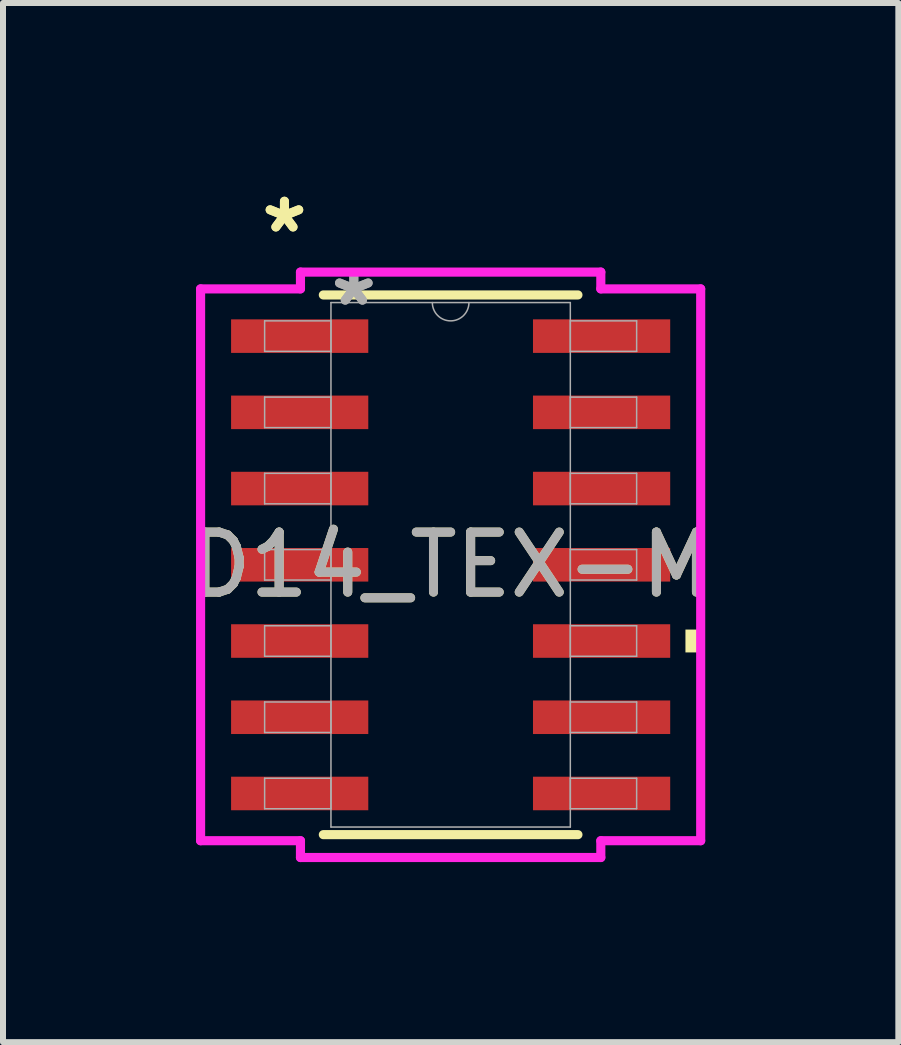
<source format=kicad_pcb>
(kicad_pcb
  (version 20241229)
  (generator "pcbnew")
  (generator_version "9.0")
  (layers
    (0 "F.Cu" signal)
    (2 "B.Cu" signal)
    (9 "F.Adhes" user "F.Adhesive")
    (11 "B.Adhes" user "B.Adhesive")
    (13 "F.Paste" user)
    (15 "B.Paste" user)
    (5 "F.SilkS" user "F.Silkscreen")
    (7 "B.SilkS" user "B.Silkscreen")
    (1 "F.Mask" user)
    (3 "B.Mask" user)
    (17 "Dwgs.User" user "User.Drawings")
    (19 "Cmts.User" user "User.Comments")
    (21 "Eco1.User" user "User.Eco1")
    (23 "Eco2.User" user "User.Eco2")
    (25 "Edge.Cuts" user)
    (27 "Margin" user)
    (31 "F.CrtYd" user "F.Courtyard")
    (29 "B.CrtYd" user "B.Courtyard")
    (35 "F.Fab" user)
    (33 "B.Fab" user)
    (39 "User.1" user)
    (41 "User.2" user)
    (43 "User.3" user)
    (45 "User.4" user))
  (footprint "D14_TEX-M"
    (layer "F.Cu")
    (at 4.458 6.36)
    (property "Reference" "D14_TEX-M" (at 0 0 0) (unlocked yes) (layer "F.SilkS") (effects (font (size 1 1) (thickness 0.15))))
    (attr smd)
    (fp_line (start -2.121 4.496) (end 2.121 4.496) (stroke (width 0.152) (type solid)) (layer "F.SilkS"))
    (fp_line (start 2.121 -4.496) (end -2.121 -4.496) (stroke (width 0.152) (type solid)) (layer "F.SilkS"))
    (fp_poly (pts (xy 4.166 1.079) (xy 4.166 1.46) (xy 3.912 1.46) (xy 3.912 1.079)) (stroke (width 0) (type solid)) (fill yes) (layer "F.SilkS"))
    (fp_line (start -4.166 -4.597) (end -2.502 -4.597) (stroke (width 0.152) (type solid)) (layer "F.CrtYd"))
    (fp_line (start -4.166 4.597) (end -4.166 -4.597) (stroke (width 0.152) (type solid)) (layer "F.CrtYd"))
    (fp_line (start -4.166 4.597) (end -2.502 4.597) (stroke (width 0.152) (type solid)) (layer "F.CrtYd"))
    (fp_line (start -2.502 -4.877) (end 2.502 -4.877) (stroke (width 0.152) (type solid)) (layer "F.CrtYd"))
    (fp_line (start -2.502 -4.597) (end -2.502 -4.877) (stroke (width 0.152) (type solid)) (layer "F.CrtYd"))
    (fp_line (start -2.502 4.877) (end -2.502 4.597) (stroke (width 0.152) (type solid)) (layer "F.CrtYd"))
    (fp_line (start 2.502 -4.877) (end 2.502 -4.597) (stroke (width 0.152) (type solid)) (layer "F.CrtYd"))
    (fp_line (start 2.502 4.597) (end 2.502 4.877) (stroke (width 0.152) (type solid)) (layer "F.CrtYd"))
    (fp_line (start 2.502 4.877) (end -2.502 4.877) (stroke (width 0.152) (type solid)) (layer "F.CrtYd"))
    (fp_line (start 4.166 -4.597) (end 2.502 -4.597) (stroke (width 0.152) (type solid)) (layer "F.CrtYd"))
    (fp_line (start 4.166 -4.597) (end 4.166 4.597) (stroke (width 0.152) (type solid)) (layer "F.CrtYd"))
    (fp_line (start 4.166 4.597) (end 2.502 4.597) (stroke (width 0.152) (type solid)) (layer "F.CrtYd"))
    (fp_line (start -3.099 -4.064) (end -3.099 -3.556) (stroke (width 0.025) (type solid)) (layer "F.Fab"))
    (fp_line (start -3.099 -3.556) (end -1.994 -3.556) (stroke (width 0.025) (type solid)) (layer "F.Fab"))
    (fp_line (start -3.099 -2.794) (end -3.099 -2.286) (stroke (width 0.025) (type solid)) (layer "F.Fab"))
    (fp_line (start -3.099 -2.286) (end -1.994 -2.286) (stroke (width 0.025) (type solid)) (layer "F.Fab"))
    (fp_line (start -3.099 -1.524) (end -3.099 -1.016) (stroke (width 0.025) (type solid)) (layer "F.Fab"))
    (fp_line (start -3.099 -1.016) (end -1.994 -1.016) (stroke (width 0.025) (type solid)) (layer "F.Fab"))
    (fp_line (start -3.099 -0.254) (end -3.099 0.254) (stroke (width 0.025) (type solid)) (layer "F.Fab"))
    (fp_line (start -3.099 0.254) (end -1.994 0.254) (stroke (width 0.025) (type solid)) (layer "F.Fab"))
    (fp_line (start -3.099 1.016) (end -3.099 1.524) (stroke (width 0.025) (type solid)) (layer "F.Fab"))
    (fp_line (start -3.099 1.524) (end -1.994 1.524) (stroke (width 0.025) (type solid)) (layer "F.Fab"))
    (fp_line (start -3.099 2.286) (end -3.099 2.794) (stroke (width 0.025) (type solid)) (layer "F.Fab"))
    (fp_line (start -3.099 2.794) (end -1.994 2.794) (stroke (width 0.025) (type solid)) (layer "F.Fab"))
    (fp_line (start -3.099 3.556) (end -3.099 4.064) (stroke (width 0.025) (type solid)) (layer "F.Fab"))
    (fp_line (start -3.099 4.064) (end -1.994 4.064) (stroke (width 0.025) (type solid)) (layer "F.Fab"))
    (fp_line (start -1.994 -4.369) (end -1.994 4.369) (stroke (width 0.025) (type solid)) (layer "F.Fab"))
    (fp_line (start -1.994 -4.064) (end -3.099 -4.064) (stroke (width 0.025) (type solid)) (layer "F.Fab"))
    (fp_line (start -1.994 -3.556) (end -1.994 -4.064) (stroke (width 0.025) (type solid)) (layer "F.Fab"))
    (fp_line (start -1.994 -2.794) (end -3.099 -2.794) (stroke (width 0.025) (type solid)) (layer "F.Fab"))
    (fp_line (start -1.994 -2.286) (end -1.994 -2.794) (stroke (width 0.025) (type solid)) (layer "F.Fab"))
    (fp_line (start -1.994 -1.524) (end -3.099 -1.524) (stroke (width 0.025) (type solid)) (layer "F.Fab"))
    (fp_line (start -1.994 -1.016) (end -1.994 -1.524) (stroke (width 0.025) (type solid)) (layer "F.Fab"))
    (fp_line (start -1.994 -0.254) (end -3.099 -0.254) (stroke (width 0.025) (type solid)) (layer "F.Fab"))
    (fp_line (start -1.994 0.254) (end -1.994 -0.254) (stroke (width 0.025) (type solid)) (layer "F.Fab"))
    (fp_line (start -1.994 1.016) (end -3.099 1.016) (stroke (width 0.025) (type solid)) (layer "F.Fab"))
    (fp_line (start -1.994 1.524) (end -1.994 1.016) (stroke (width 0.025) (type solid)) (layer "F.Fab"))
    (fp_line (start -1.994 2.286) (end -3.099 2.286) (stroke (width 0.025) (type solid)) (layer "F.Fab"))
    (fp_line (start -1.994 2.794) (end -1.994 2.286) (stroke (width 0.025) (type solid)) (layer "F.Fab"))
    (fp_line (start -1.994 3.556) (end -3.099 3.556) (stroke (width 0.025) (type solid)) (layer "F.Fab"))
    (fp_line (start -1.994 4.064) (end -1.994 3.556) (stroke (width 0.025) (type solid)) (layer "F.Fab"))
    (fp_line (start -1.994 4.369) (end 1.994 4.369) (stroke (width 0.025) (type solid)) (layer "F.Fab"))
    (fp_line (start 1.994 -4.369) (end -1.994 -4.369) (stroke (width 0.025) (type solid)) (layer "F.Fab"))
    (fp_line (start 1.994 -4.064) (end 1.994 -3.556) (stroke (width 0.025) (type solid)) (layer "F.Fab"))
    (fp_line (start 1.994 -3.556) (end 3.099 -3.556) (stroke (width 0.025) (type solid)) (layer "F.Fab"))
    (fp_line (start 1.994 -2.794) (end 1.994 -2.286) (stroke (width 0.025) (type solid)) (layer "F.Fab"))
    (fp_line (start 1.994 -2.286) (end 3.099 -2.286) (stroke (width 0.025) (type solid)) (layer "F.Fab"))
    (fp_line (start 1.994 -1.524) (end 1.994 -1.016) (stroke (width 0.025) (type solid)) (layer "F.Fab"))
    (fp_line (start 1.994 -1.016) (end 3.099 -1.016) (stroke (width 0.025) (type solid)) (layer "F.Fab"))
    (fp_line (start 1.994 -0.254) (end 1.994 0.254) (stroke (width 0.025) (type solid)) (layer "F.Fab"))
    (fp_line (start 1.994 0.254) (end 3.099 0.254) (stroke (width 0.025) (type solid)) (layer "F.Fab"))
    (fp_line (start 1.994 1.016) (end 1.994 1.524) (stroke (width 0.025) (type solid)) (layer "F.Fab"))
    (fp_line (start 1.994 1.524) (end 3.099 1.524) (stroke (width 0.025) (type solid)) (layer "F.Fab"))
    (fp_line (start 1.994 2.286) (end 1.994 2.794) (stroke (width 0.025) (type solid)) (layer "F.Fab"))
    (fp_line (start 1.994 2.794) (end 3.099 2.794) (stroke (width 0.025) (type solid)) (layer "F.Fab"))
    (fp_line (start 1.994 3.556) (end 1.994 4.064) (stroke (width 0.025) (type solid)) (layer "F.Fab"))
    (fp_line (start 1.994 4.064) (end 3.099 4.064) (stroke (width 0.025) (type solid)) (layer "F.Fab"))
    (fp_line (start 1.994 4.369) (end 1.994 -4.369) (stroke (width 0.025) (type solid)) (layer "F.Fab"))
    (fp_line (start 3.099 -4.064) (end 1.994 -4.064) (stroke (width 0.025) (type solid)) (layer "F.Fab"))
    (fp_line (start 3.099 -3.556) (end 3.099 -4.064) (stroke (width 0.025) (type solid)) (layer "F.Fab"))
    (fp_line (start 3.099 -2.794) (end 1.994 -2.794) (stroke (width 0.025) (type solid)) (layer "F.Fab"))
    (fp_line (start 3.099 -2.286) (end 3.099 -2.794) (stroke (width 0.025) (type solid)) (layer "F.Fab"))
    (fp_line (start 3.099 -1.524) (end 1.994 -1.524) (stroke (width 0.025) (type solid)) (layer "F.Fab"))
    (fp_line (start 3.099 -1.016) (end 3.099 -1.524) (stroke (width 0.025) (type solid)) (layer "F.Fab"))
    (fp_line (start 3.099 -0.254) (end 1.994 -0.254) (stroke (width 0.025) (type solid)) (layer "F.Fab"))
    (fp_line (start 3.099 0.254) (end 3.099 -0.254) (stroke (width 0.025) (type solid)) (layer "F.Fab"))
    (fp_line (start 3.099 1.016) (end 1.994 1.016) (stroke (width 0.025) (type solid)) (layer "F.Fab"))
    (fp_line (start 3.099 1.524) (end 3.099 1.016) (stroke (width 0.025) (type solid)) (layer "F.Fab"))
    (fp_line (start 3.099 2.286) (end 1.994 2.286) (stroke (width 0.025) (type solid)) (layer "F.Fab"))
    (fp_line (start 3.099 2.794) (end 3.099 2.286) (stroke (width 0.025) (type solid)) (layer "F.Fab"))
    (fp_line (start 3.099 3.556) (end 1.994 3.556) (stroke (width 0.025) (type solid)) (layer "F.Fab"))
    (fp_line (start 3.099 4.064) (end 3.099 3.556) (stroke (width 0.025) (type solid)) (layer "F.Fab"))
    (fp_arc (start 0.3048 -4.3688) (mid 0 -4.064) (end -0.3048 -4.3688) (stroke (width 0.0254) (type solid)) (layer "F.Fab"))
    (fp_text user "*" (at -2.769 -5.512 0) (unlocked yes) (layer "F.SilkS") (effects (font (size 1 1) (thickness 0.15))))
    (fp_text user "*" (at -2.769 -5.512 0) (layer "F.SilkS") (effects (font (size 1 1) (thickness 0.15))))
    (fp_text user "*" (at -1.613 -4.293 0) (layer "F.Fab") (effects (font (size 1 1) (thickness 0.15))))
    (fp_text user "${REFERENCE}" (at 0 0 0) (unlocked yes) (layer "F.Fab") (effects (font (size 1 1) (thickness 0.15))))
    (fp_text user "*" (at -1.613 -4.293 0) (unlocked yes) (layer "F.Fab") (effects (font (size 1 1) (thickness 0.15))))
    (pad "1" smd rect (at -2.515 -3.81) (size 2.286 0.559) (layers "F.Cu" "F.Mask" "F.Paste"))
    (pad "2" smd rect (at -2.515 -2.54) (size 2.286 0.559) (layers "F.Cu" "F.Mask" "F.Paste"))
    (pad "3" smd rect (at -2.515 -1.27) (size 2.286 0.559) (layers "F.Cu" "F.Mask" "F.Paste"))
    (pad "4" smd rect (at -2.515 0) (size 2.286 0.559) (layers "F.Cu" "F.Mask" "F.Paste"))
    (pad "5" smd rect (at -2.515 1.27) (size 2.286 0.559) (layers "F.Cu" "F.Mask" "F.Paste"))
    (pad "6" smd rect (at -2.515 2.54) (size 2.286 0.559) (layers "F.Cu" "F.Mask" "F.Paste"))
    (pad "7" smd rect (at -2.515 3.81) (size 2.286 0.559) (layers "F.Cu" "F.Mask" "F.Paste"))
    (pad "8" smd rect (at 2.515 3.81) (size 2.286 0.559) (layers "F.Cu" "F.Mask" "F.Paste"))
    (pad "9" smd rect (at 2.515 2.54) (size 2.286 0.559) (layers "F.Cu" "F.Mask" "F.Paste"))
    (pad "10" smd rect (at 2.515 1.27) (size 2.286 0.559) (layers "F.Cu" "F.Mask" "F.Paste"))
    (pad "11" smd rect (at 2.515 0) (size 2.286 0.559) (layers "F.Cu" "F.Mask" "F.Paste"))
    (pad "12" smd rect (at 2.515 -1.27) (size 2.286 0.559) (layers "F.Cu" "F.Mask" "F.Paste"))
    (pad "13" smd rect (at 2.515 -2.54) (size 2.286 0.559) (layers "F.Cu" "F.Mask" "F.Paste"))
    (pad "14" smd rect (at 2.515 -3.81) (size 2.286 0.559) (layers "F.Cu" "F.Mask" "F.Paste")))
  (gr_rect
    (start -3 -3)
    (end 11.917 14.313)
    (stroke (width 0.1) (type default))
    (fill no)
    (layer "Edge.Cuts")))
</source>
